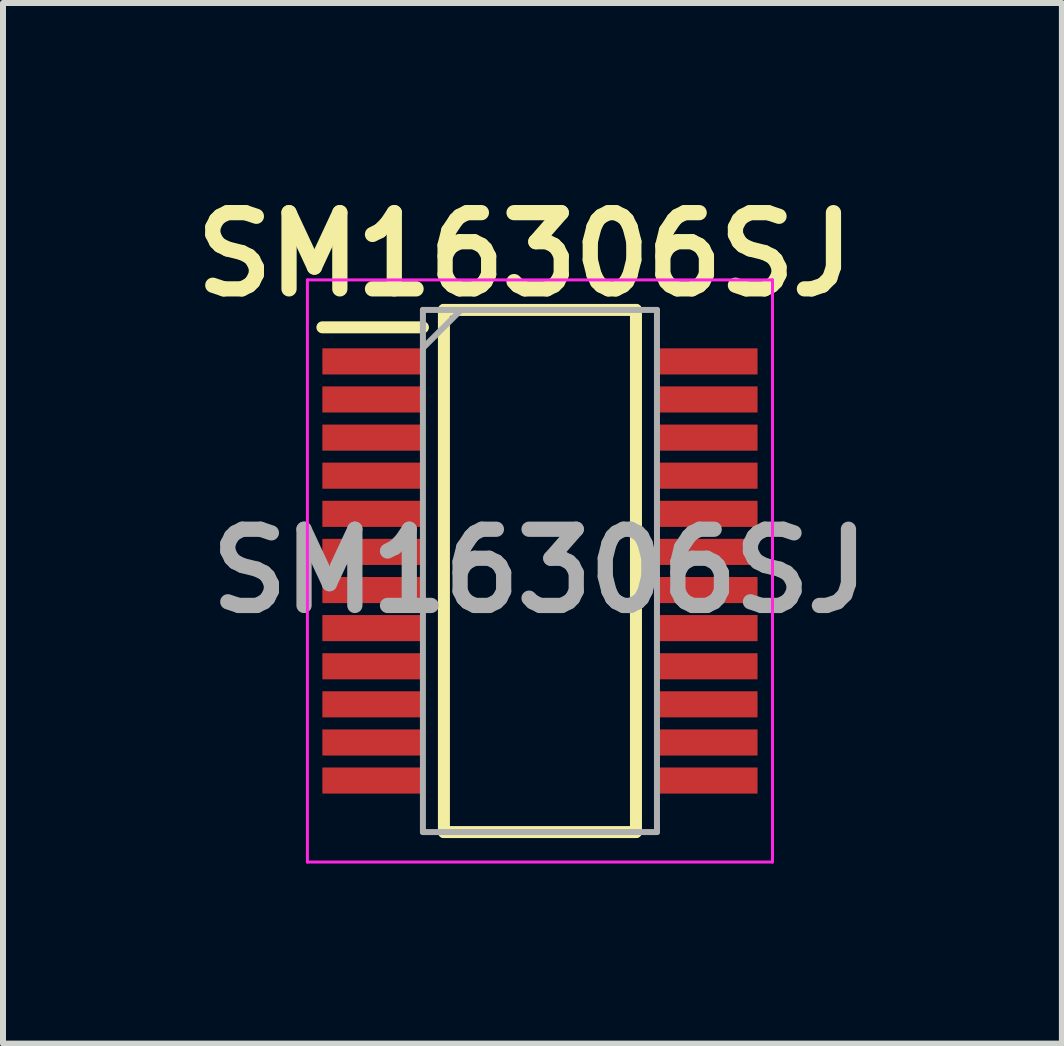
<source format=kicad_pcb>
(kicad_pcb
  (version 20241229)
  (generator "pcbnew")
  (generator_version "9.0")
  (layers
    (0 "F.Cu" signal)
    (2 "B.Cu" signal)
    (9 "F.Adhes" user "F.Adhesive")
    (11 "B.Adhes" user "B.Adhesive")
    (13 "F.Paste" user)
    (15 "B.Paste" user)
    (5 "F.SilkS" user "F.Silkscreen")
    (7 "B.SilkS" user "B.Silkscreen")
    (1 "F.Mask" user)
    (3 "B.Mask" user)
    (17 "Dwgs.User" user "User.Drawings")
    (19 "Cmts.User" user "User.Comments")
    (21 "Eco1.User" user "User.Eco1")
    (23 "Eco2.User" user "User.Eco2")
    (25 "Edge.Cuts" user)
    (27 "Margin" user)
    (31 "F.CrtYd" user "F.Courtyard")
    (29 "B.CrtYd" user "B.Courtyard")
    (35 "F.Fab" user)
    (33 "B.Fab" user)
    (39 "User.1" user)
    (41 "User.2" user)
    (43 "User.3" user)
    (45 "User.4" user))
  (footprint "SM16306SJ"
    (layer "F.Cu")
    (at 5.947 6.464)
    (property "Reference" "SM16306SJ" (at -0.25 -5.275 0) (layer "F.SilkS") (effects (font (size 1.27 1.27) (thickness 0.254))))
    (attr smd)
    (fp_line (start -3.625 -4.06) (end -1.95 -4.06) (stroke (width 0.2) (type solid)) (layer "F.SilkS"))
    (fp_line (start -1.6 -4.35) (end 1.6 -4.35) (stroke (width 0.2) (type solid)) (layer "F.SilkS"))
    (fp_line (start -1.6 4.35) (end -1.6 -4.35) (stroke (width 0.2) (type solid)) (layer "F.SilkS"))
    (fp_line (start 1.6 -4.35) (end 1.6 4.35) (stroke (width 0.2) (type solid)) (layer "F.SilkS"))
    (fp_line (start 1.6 4.35) (end -1.6 4.35) (stroke (width 0.2) (type solid)) (layer "F.SilkS"))
    (fp_line (start -3.875 -4.85) (end 3.875 -4.85) (stroke (width 0.05) (type solid)) (layer "F.CrtYd"))
    (fp_line (start -3.875 4.85) (end -3.875 -4.85) (stroke (width 0.05) (type solid)) (layer "F.CrtYd"))
    (fp_line (start 3.875 -4.85) (end 3.875 4.85) (stroke (width 0.05) (type solid)) (layer "F.CrtYd"))
    (fp_line (start 3.875 4.85) (end -3.875 4.85) (stroke (width 0.05) (type solid)) (layer "F.CrtYd"))
    (fp_line (start -1.95 -4.35) (end 1.95 -4.35) (stroke (width 0.1) (type solid)) (layer "F.Fab"))
    (fp_line (start -1.95 -3.715) (end -1.315 -4.35) (stroke (width 0.1) (type solid)) (layer "F.Fab"))
    (fp_line (start -1.95 4.35) (end -1.95 -4.35) (stroke (width 0.1) (type solid)) (layer "F.Fab"))
    (fp_line (start 1.95 -4.35) (end 1.95 4.35) (stroke (width 0.1) (type solid)) (layer "F.Fab"))
    (fp_line (start 1.95 4.35) (end -1.95 4.35) (stroke (width 0.1) (type solid)) (layer "F.Fab"))
    (fp_text user "${REFERENCE}" (at 0 0 0) (layer "F.Fab") (effects (font (size 1.27 1.27) (thickness 0.254))))
    (pad "1" smd rect (at -2.788 -3.492 90) (size 0.435 1.675) (layers "F.Cu" "F.Mask" "F.Paste"))
    (pad "2" smd rect (at -2.788 -2.858 90) (size 0.435 1.675) (layers "F.Cu" "F.Mask" "F.Paste"))
    (pad "3" smd rect (at -2.788 -2.222 90) (size 0.435 1.675) (layers "F.Cu" "F.Mask" "F.Paste"))
    (pad "4" smd rect (at -2.788 -1.588 90) (size 0.435 1.675) (layers "F.Cu" "F.Mask" "F.Paste"))
    (pad "5" smd rect (at -2.788 -0.952 90) (size 0.435 1.675) (layers "F.Cu" "F.Mask" "F.Paste"))
    (pad "6" smd rect (at -2.788 -0.318 90) (size 0.435 1.675) (layers "F.Cu" "F.Mask" "F.Paste"))
    (pad "7" smd rect (at -2.788 0.318 90) (size 0.435 1.675) (layers "F.Cu" "F.Mask" "F.Paste"))
    (pad "8" smd rect (at -2.788 0.952 90) (size 0.435 1.675) (layers "F.Cu" "F.Mask" "F.Paste"))
    (pad "9" smd rect (at -2.788 1.588 90) (size 0.435 1.675) (layers "F.Cu" "F.Mask" "F.Paste"))
    (pad "10" smd rect (at -2.788 2.222 90) (size 0.435 1.675) (layers "F.Cu" "F.Mask" "F.Paste"))
    (pad "11" smd rect (at -2.788 2.858 90) (size 0.435 1.675) (layers "F.Cu" "F.Mask" "F.Paste"))
    (pad "12" smd rect (at -2.788 3.492 90) (size 0.435 1.675) (layers "F.Cu" "F.Mask" "F.Paste"))
    (pad "13" smd rect (at 2.788 3.492 90) (size 0.435 1.675) (layers "F.Cu" "F.Mask" "F.Paste"))
    (pad "14" smd rect (at 2.788 2.858 90) (size 0.435 1.675) (layers "F.Cu" "F.Mask" "F.Paste"))
    (pad "15" smd rect (at 2.788 2.222 90) (size 0.435 1.675) (layers "F.Cu" "F.Mask" "F.Paste"))
    (pad "16" smd rect (at 2.788 1.588 90) (size 0.435 1.675) (layers "F.Cu" "F.Mask" "F.Paste"))
    (pad "17" smd rect (at 2.788 0.952 90) (size 0.435 1.675) (layers "F.Cu" "F.Mask" "F.Paste"))
    (pad "18" smd rect (at 2.788 0.318 90) (size 0.435 1.675) (layers "F.Cu" "F.Mask" "F.Paste"))
    (pad "19" smd rect (at 2.788 -0.318 90) (size 0.435 1.675) (layers "F.Cu" "F.Mask" "F.Paste"))
    (pad "20" smd rect (at 2.788 -0.952 90) (size 0.435 1.675) (layers "F.Cu" "F.Mask" "F.Paste"))
    (pad "21" smd rect (at 2.788 -1.588 90) (size 0.435 1.675) (layers "F.Cu" "F.Mask" "F.Paste"))
    (pad "22" smd rect (at 2.788 -2.222 90) (size 0.435 1.675) (layers "F.Cu" "F.Mask" "F.Paste"))
    (pad "23" smd rect (at 2.788 -2.858 90) (size 0.435 1.675) (layers "F.Cu" "F.Mask" "F.Paste"))
    (pad "24" smd rect (at 2.788 -3.492 90) (size 0.435 1.675) (layers "F.Cu" "F.Mask" "F.Paste")))
  (gr_rect
    (start -3 -3)
    (end 14.644 14.339)
    (stroke (width 0.1) (type default))
    (fill no)
    (layer "Edge.Cuts")))
</source>
